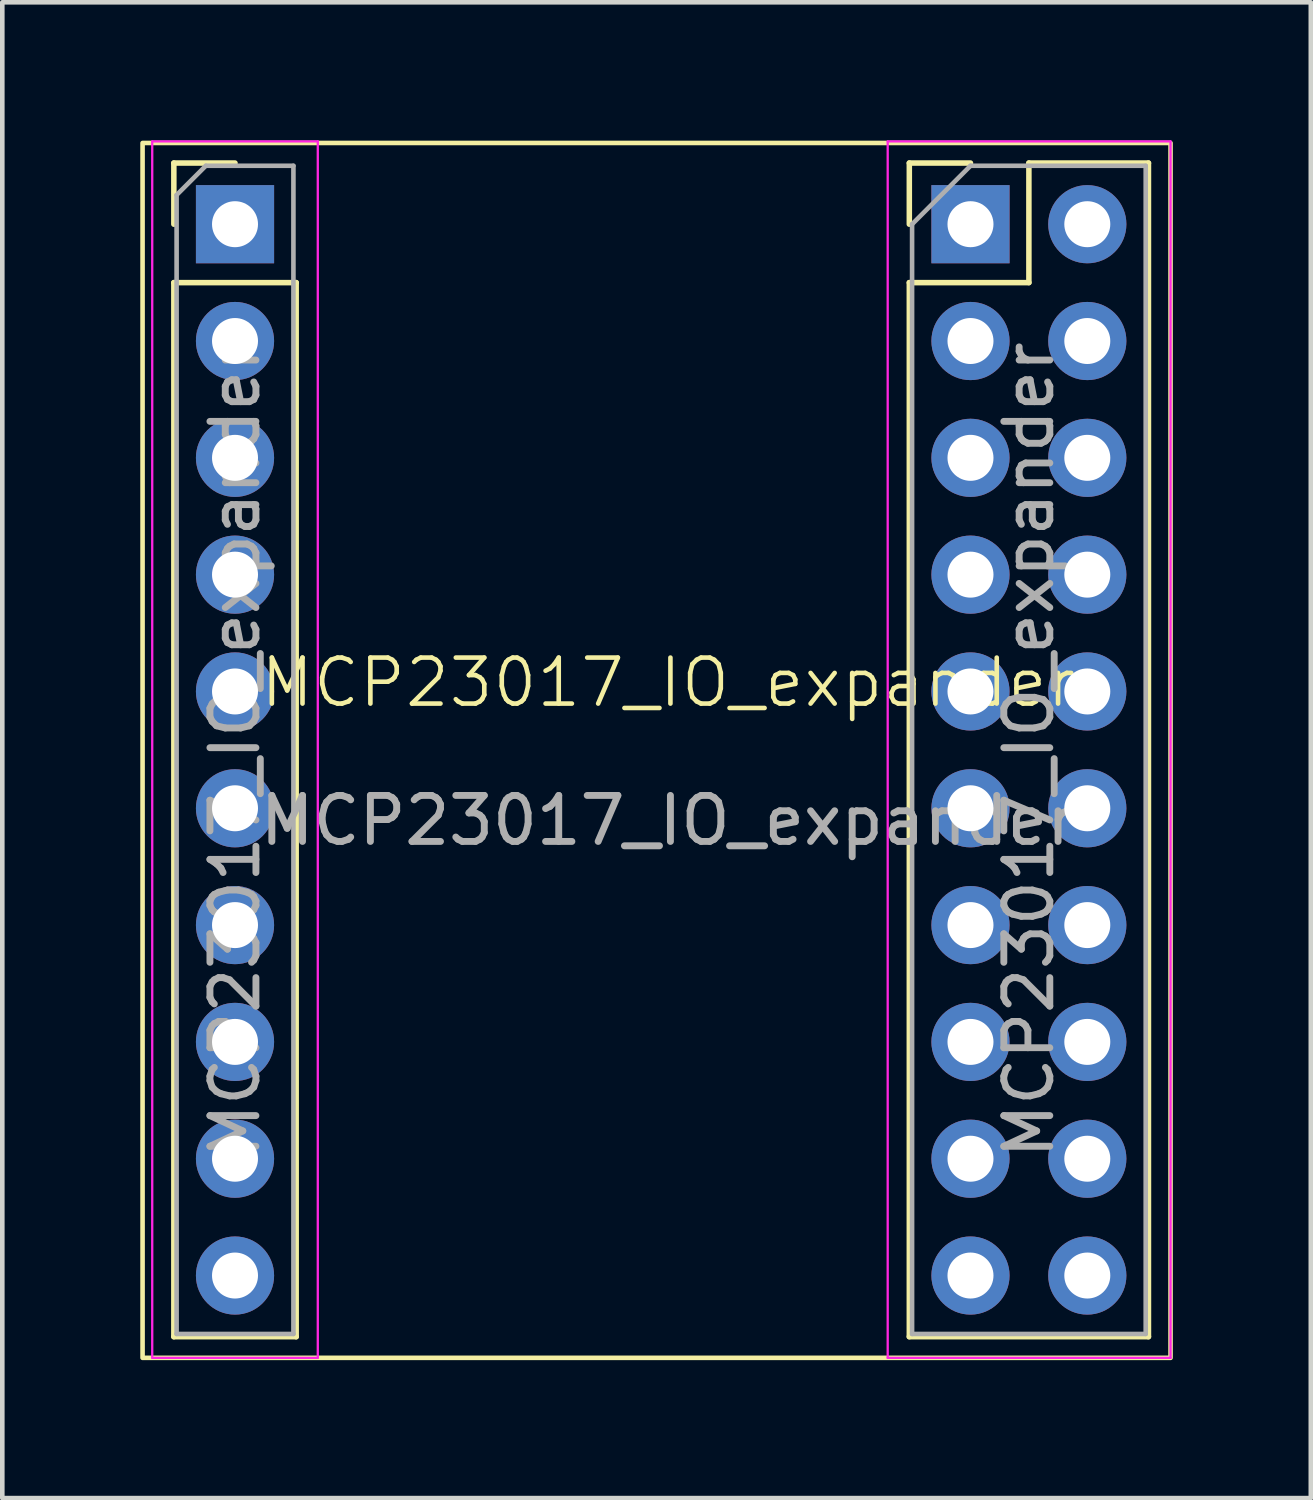
<source format=kicad_pcb>
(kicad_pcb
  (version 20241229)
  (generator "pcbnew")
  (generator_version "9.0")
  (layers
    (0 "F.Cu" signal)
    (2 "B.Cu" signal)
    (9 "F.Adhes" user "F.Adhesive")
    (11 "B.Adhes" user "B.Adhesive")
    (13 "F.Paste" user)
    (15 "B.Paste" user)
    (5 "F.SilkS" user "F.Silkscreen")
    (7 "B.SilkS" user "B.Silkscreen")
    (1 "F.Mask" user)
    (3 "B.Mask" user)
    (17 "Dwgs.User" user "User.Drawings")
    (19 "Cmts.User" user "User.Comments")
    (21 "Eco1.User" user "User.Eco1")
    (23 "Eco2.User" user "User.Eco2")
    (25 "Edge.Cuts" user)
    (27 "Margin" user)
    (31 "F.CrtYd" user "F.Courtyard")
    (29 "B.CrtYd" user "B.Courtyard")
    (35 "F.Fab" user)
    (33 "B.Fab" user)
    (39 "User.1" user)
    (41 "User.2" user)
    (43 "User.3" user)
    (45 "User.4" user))
  (footprint "MCP23017_IO_expander"
    (layer "F.Cu")
    (at 10.464 13.267)
    (property "Reference" "MCP23017_IO_expander" (at 1.016 -1.476 0) (unlocked yes) (layer "F.SilkS") (effects (font (size 1 1) (thickness 0.1))))
    (attr through_hole)
    (fp_line (start -9.734 -12.772) (end -8.404 -12.772) (stroke (width 0.12) (type solid)) (layer "F.SilkS"))
    (fp_line (start -9.734 -11.442) (end -9.734 -12.772) (stroke (width 0.12) (type solid)) (layer "F.SilkS"))
    (fp_line (start -9.734 -10.172) (end -9.734 12.748) (stroke (width 0.12) (type solid)) (layer "F.SilkS"))
    (fp_line (start -9.734 -10.172) (end -7.074 -10.172) (stroke (width 0.12) (type solid)) (layer "F.SilkS"))
    (fp_line (start -9.734 12.748) (end -7.074 12.748) (stroke (width 0.12) (type solid)) (layer "F.SilkS"))
    (fp_line (start -7.074 -10.172) (end -7.074 12.748) (stroke (width 0.12) (type solid)) (layer "F.SilkS"))
    (fp_line (start 6.258 -12.772) (end 7.588 -12.772) (stroke (width 0.12) (type solid)) (layer "F.SilkS"))
    (fp_line (start 6.258 -11.442) (end 6.258 -12.772) (stroke (width 0.12) (type solid)) (layer "F.SilkS"))
    (fp_line (start 6.258 -10.172) (end 6.258 12.748) (stroke (width 0.12) (type solid)) (layer "F.SilkS"))
    (fp_line (start 6.258 -10.172) (end 8.858 -10.172) (stroke (width 0.12) (type solid)) (layer "F.SilkS"))
    (fp_line (start 6.258 12.748) (end 11.458 12.748) (stroke (width 0.12) (type solid)) (layer "F.SilkS"))
    (fp_line (start 8.858 -12.772) (end 11.458 -12.772) (stroke (width 0.12) (type solid)) (layer "F.SilkS"))
    (fp_line (start 8.858 -10.172) (end 8.858 -12.772) (stroke (width 0.12) (type solid)) (layer "F.SilkS"))
    (fp_line (start 11.458 -12.772) (end 11.458 12.748) (stroke (width 0.12) (type solid)) (layer "F.SilkS"))
    (fp_rect (start -10.414 -13.208) (end 11.938 13.208) (stroke (width 0.1) (type default)) (fill no) (layer "F.SilkS"))
    (fp_line (start -10.204 -13.242) (end -10.204 13.208) (stroke (width 0.05) (type solid)) (layer "F.CrtYd"))
    (fp_line (start -10.204 13.208) (end -6.604 13.208) (stroke (width 0.05) (type solid)) (layer "F.CrtYd"))
    (fp_line (start -6.604 -13.242) (end -10.204 -13.242) (stroke (width 0.05) (type solid)) (layer "F.CrtYd"))
    (fp_line (start -6.604 13.208) (end -6.604 -13.242) (stroke (width 0.05) (type solid)) (layer "F.CrtYd"))
    (fp_line (start 5.788 -13.242) (end 5.788 13.208) (stroke (width 0.05) (type solid)) (layer "F.CrtYd"))
    (fp_line (start 5.788 13.208) (end 11.938 13.208) (stroke (width 0.05) (type solid)) (layer "F.CrtYd"))
    (fp_line (start 11.938 -13.242) (end 5.788 -13.242) (stroke (width 0.05) (type solid)) (layer "F.CrtYd"))
    (fp_line (start 11.938 13.208) (end 11.938 -13.242) (stroke (width 0.05) (type solid)) (layer "F.CrtYd"))
    (fp_line (start -9.674 -12.077) (end -9.039 -12.712) (stroke (width 0.1) (type solid)) (layer "F.Fab"))
    (fp_line (start -9.674 12.688) (end -9.674 -12.077) (stroke (width 0.1) (type solid)) (layer "F.Fab"))
    (fp_line (start -9.039 -12.712) (end -7.134 -12.712) (stroke (width 0.1) (type solid)) (layer "F.Fab"))
    (fp_line (start -7.134 -12.712) (end -7.134 12.688) (stroke (width 0.1) (type solid)) (layer "F.Fab"))
    (fp_line (start -7.134 12.688) (end -9.674 12.688) (stroke (width 0.1) (type solid)) (layer "F.Fab"))
    (fp_line (start 6.318 -11.442) (end 7.588 -12.712) (stroke (width 0.1) (type solid)) (layer "F.Fab"))
    (fp_line (start 6.318 12.688) (end 6.318 -11.442) (stroke (width 0.1) (type solid)) (layer "F.Fab"))
    (fp_line (start 7.588 -12.712) (end 11.398 -12.712) (stroke (width 0.1) (type solid)) (layer "F.Fab"))
    (fp_line (start 11.398 -12.712) (end 11.398 12.688) (stroke (width 0.1) (type solid)) (layer "F.Fab"))
    (fp_line (start 11.398 12.688) (end 6.318 12.688) (stroke (width 0.1) (type solid)) (layer "F.Fab"))
    (fp_text user "${REFERENCE}" (at 8.858 -0.012 90) (layer "F.Fab") (effects (font (size 1 1) (thickness 0.15))))
    (fp_text user "${REFERENCE}" (at 1.016 1.524 0) (unlocked yes) (layer "F.Fab") (effects (font (size 1 1) (thickness 0.15))))
    (fp_text user "${REFERENCE}" (at -8.404 -0.012 90) (layer "F.Fab") (effects (font (size 1 1) (thickness 0.15))))
    (pad "1" thru_hole oval (at 7.588 3.798) (size 1.7 1.7) (drill 1) (layers "*.Cu" "*.Mask"))
    (pad "2" thru_hole oval (at 7.588 6.338) (size 1.7 1.7) (drill 1) (layers "*.Cu" "*.Mask"))
    (pad "3" thru_hole oval (at 7.588 8.878) (size 1.7 1.7) (drill 1) (layers "*.Cu" "*.Mask"))
    (pad "4" thru_hole oval (at 7.588 11.418) (size 1.7 1.7) (drill 1) (layers "*.Cu" "*.Mask"))
    (pad "5" thru_hole oval (at -8.404 11.418) (size 1.7 1.7) (drill 1) (layers "*.Cu" "*.Mask"))
    (pad "5" thru_hole rect (at 7.588 -11.442) (size 1.7 1.7) (drill 1) (layers "*.Cu" "*.Mask"))
    (pad "6" thru_hole oval (at -8.404 8.878) (size 1.7 1.7) (drill 1) (layers "*.Cu" "*.Mask"))
    (pad "6" thru_hole oval (at 10.128 -11.442) (size 1.7 1.7) (drill 1) (layers "*.Cu" "*.Mask"))
    (pad "7" thru_hole oval (at -8.404 -1.282) (size 1.7 1.7) (drill 1) (layers "*.Cu" "*.Mask"))
    (pad "8" thru_hole oval (at -8.404 6.338) (size 1.7 1.7) (drill 1) (layers "*.Cu" "*.Mask"))
    (pad "9" thru_hole oval (at -8.404 3.798) (size 1.7 1.7) (drill 1) (layers "*.Cu" "*.Mask"))
    (pad "10" thru_hole oval (at -8.404 1.258) (size 1.7 1.7) (drill 1) (layers "*.Cu" "*.Mask"))
    (pad "11" thru_hole oval (at -8.404 -6.362) (size 1.7 1.7) (drill 1) (layers "*.Cu" "*.Mask"))
    (pad "12" thru_hole oval (at -8.404 -8.902) (size 1.7 1.7) (drill 1) (layers "*.Cu" "*.Mask"))
    (pad "13" thru_hole rect (at -8.404 -11.442) (size 1.7 1.7) (drill 1) (layers "*.Cu" "*.Mask"))
    (pad "14" thru_hole oval (at -8.404 -3.822) (size 1.7 1.7) (drill 1) (layers "*.Cu" "*.Mask"))
    (pad "15" thru_hole oval (at 7.588 -8.902) (size 1.7 1.7) (drill 1) (layers "*.Cu" "*.Mask"))
    (pad "16" thru_hole oval (at 10.128 -8.902) (size 1.7 1.7) (drill 1) (layers "*.Cu" "*.Mask"))
    (pad "17" thru_hole oval (at 10.128 -6.362) (size 1.7 1.7) (drill 1) (layers "*.Cu" "*.Mask"))
    (pad "18" thru_hole oval (at 10.128 -3.822) (size 1.7 1.7) (drill 1) (layers "*.Cu" "*.Mask"))
    (pad "19" thru_hole oval (at 10.128 -1.282) (size 1.7 1.7) (drill 1) (layers "*.Cu" "*.Mask"))
    (pad "20" thru_hole oval (at 10.128 1.258) (size 1.7 1.7) (drill 1) (layers "*.Cu" "*.Mask"))
    (pad "21" thru_hole oval (at 10.128 3.798) (size 1.7 1.7) (drill 1) (layers "*.Cu" "*.Mask"))
    (pad "22" thru_hole oval (at 10.128 6.338) (size 1.7 1.7) (drill 1) (layers "*.Cu" "*.Mask"))
    (pad "23" thru_hole oval (at 10.128 8.878) (size 1.7 1.7) (drill 1) (layers "*.Cu" "*.Mask"))
    (pad "24" thru_hole oval (at 10.128 11.418) (size 1.7 1.7) (drill 1) (layers "*.Cu" "*.Mask"))
    (pad "25" thru_hole oval (at 7.588 -6.362) (size 1.7 1.7) (drill 1) (layers "*.Cu" "*.Mask"))
    (pad "26" thru_hole oval (at 7.588 -3.822) (size 1.7 1.7) (drill 1) (layers "*.Cu" "*.Mask"))
    (pad "27" thru_hole oval (at 7.588 -1.282) (size 1.7 1.7) (drill 1) (layers "*.Cu" "*.Mask"))
    (pad "28" thru_hole oval (at 7.588 1.258) (size 1.7 1.7) (drill 1) (layers "*.Cu" "*.Mask")))
  (gr_rect
    (start -3 -3)
    (end 25.452 29.525)
    (stroke (width 0.1) (type default))
    (fill no)
    (layer "Edge.Cuts")))
</source>
